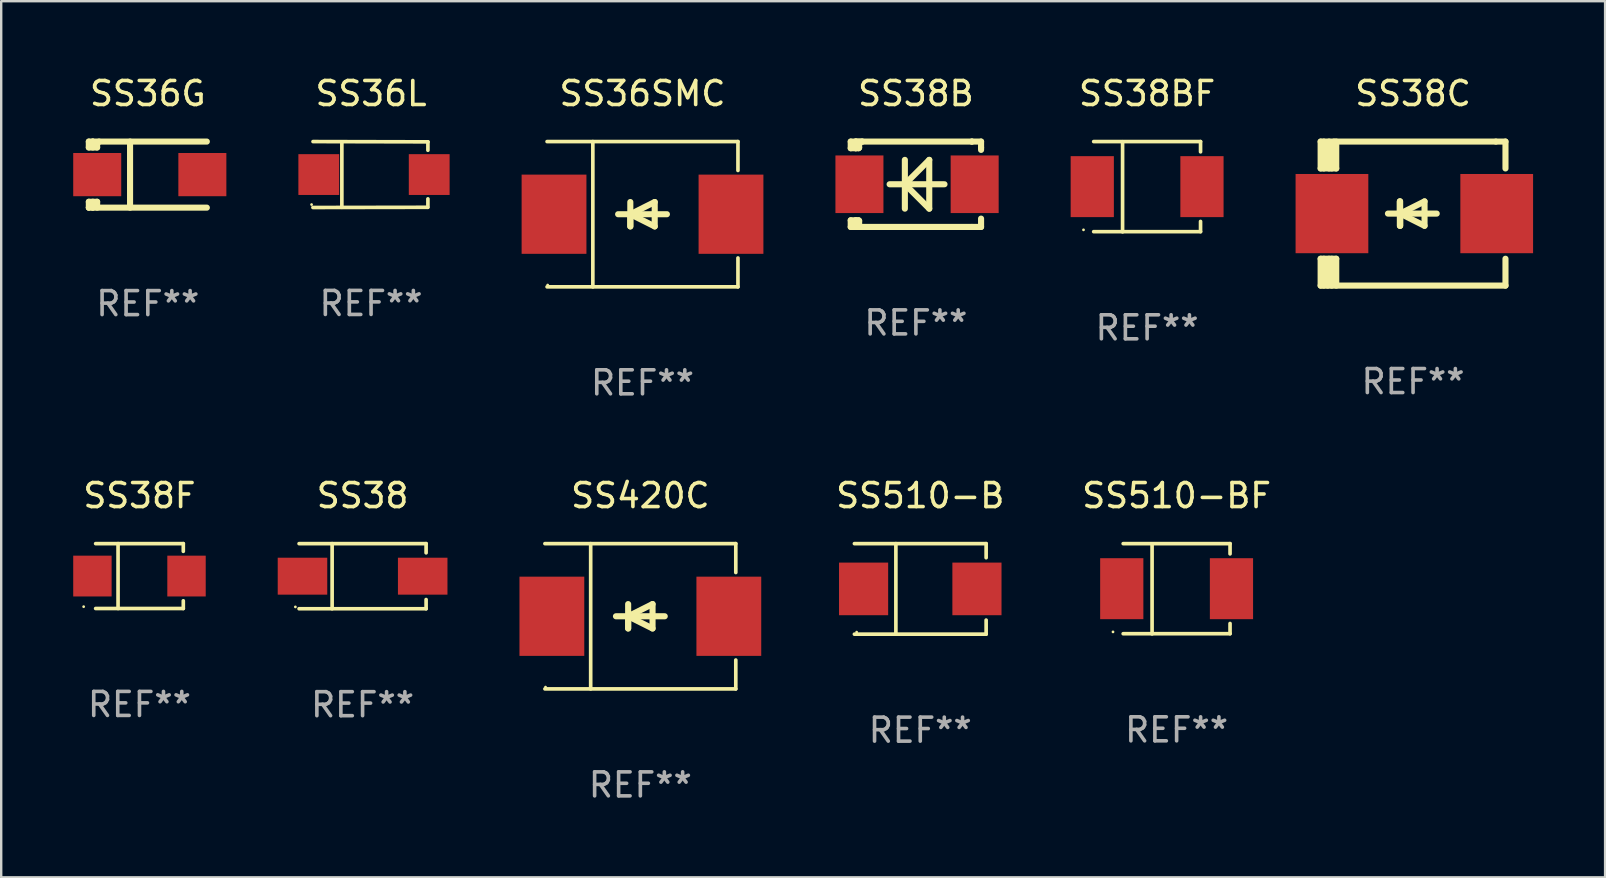
<source format=kicad_pcb>
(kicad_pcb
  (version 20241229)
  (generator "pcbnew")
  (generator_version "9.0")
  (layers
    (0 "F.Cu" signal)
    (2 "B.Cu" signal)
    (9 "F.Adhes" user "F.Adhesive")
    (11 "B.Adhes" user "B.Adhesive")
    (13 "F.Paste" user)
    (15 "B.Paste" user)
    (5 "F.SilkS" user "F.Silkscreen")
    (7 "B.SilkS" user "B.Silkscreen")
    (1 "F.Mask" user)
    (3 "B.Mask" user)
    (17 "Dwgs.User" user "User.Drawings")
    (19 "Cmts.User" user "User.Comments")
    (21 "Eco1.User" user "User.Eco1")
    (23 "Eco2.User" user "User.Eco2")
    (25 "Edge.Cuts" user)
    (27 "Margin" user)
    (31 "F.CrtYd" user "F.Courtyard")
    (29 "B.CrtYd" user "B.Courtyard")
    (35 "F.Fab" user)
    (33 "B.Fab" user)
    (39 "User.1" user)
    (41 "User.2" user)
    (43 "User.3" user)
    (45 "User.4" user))
  (footprint "SS510-BF"
    (layer "F.Cu")
    (at 45.966 21.477)
    (property "Reference" "SS510-BF" (at 0 -3.88 0) (layer "F.SilkS") (effects (font (size 1 1) (thickness 0.15))))
    (attr through_hole)
    (fp_line (start -2.226 -1.88) (end 2.226 -1.88) (stroke (width 0.152) (type solid)) (layer "F.SilkS"))
    (fp_line (start -2.226 1.873) (end 2.226 1.873) (stroke (width 0.152) (type solid)) (layer "F.SilkS"))
    (fp_line (start -1.022 -1.873) (end -1.022 1.88) (stroke (width 0.152) (type solid)) (layer "F.SilkS"))
    (fp_line (start 2.226 -1.88) (end 2.226 -1.453) (stroke (width 0.152) (type solid)) (layer "F.SilkS"))
    (fp_line (start 2.226 1.447) (end 2.226 1.873) (stroke (width 0.152) (type solid)) (layer "F.SilkS"))
    (fp_circle (center -2.65 1.797) (end -2.62 1.797) (stroke (width 0.06) (type solid)) (fill no) (layer "F.SilkS"))
    (fp_text user "REF**" (at 0 5.88 0) (layer "F.Fab") (effects (font (size 1 1) (thickness 0.15))))
    (pad "1" smd rect (at -2.285 -0.003) (size 1.8 2.54) (layers "F.Cu" "F.Mask" "F.Paste"))
    (pad "2" smd rect (at 2.285 -0.003) (size 1.8 2.54) (layers "F.Cu" "F.Mask" "F.Paste")))
  (footprint "SS38"
    (layer "F.Cu")
    (at 12.055 20.953)
    (property "Reference" "SS38" (at 0 -3.356 0) (layer "F.SilkS") (effects (font (size 1 1) (thickness 0.15))))
    (attr through_hole)
    (fp_line (start -2.646 -1.356) (end 2.646 -1.356) (stroke (width 0.152) (type solid)) (layer "F.SilkS"))
    (fp_line (start -2.646 1.356) (end 2.646 1.356) (stroke (width 0.152) (type solid)) (layer "F.SilkS"))
    (fp_line (start -1.269 -1.356) (end -1.269 1.356) (stroke (width 0.152) (type solid)) (layer "F.SilkS"))
    (fp_line (start 2.646 -1.356) (end 2.646 -0.973) (stroke (width 0.152) (type solid)) (layer "F.SilkS"))
    (fp_line (start 2.646 1.356) (end 2.646 0.973) (stroke (width 0.152) (type solid)) (layer "F.SilkS"))
    (fp_circle (center -2.8 1.28) (end -2.77 1.28) (stroke (width 0.06) (type solid)) (fill no) (layer "F.SilkS"))
    (fp_text user "REF**" (at 0 5.356 0) (layer "F.Fab") (effects (font (size 1 1) (thickness 0.15))))
    (pad "1" smd rect (at 2.504 0) (size 2.063 1.539) (layers "F.Cu" "F.Mask" "F.Paste"))
    (pad "2" smd rect (at -2.504 0) (size 2.063 1.539) (layers "F.Cu" "F.Mask" "F.Paste")))
  (footprint "SS36SMC"
    (layer "F.Cu")
    (at 23.716 5.874)
    (property "Reference" "SS36SMC" (at 0 -5.026 0) (layer "F.SilkS") (effects (font (size 1 1) (thickness 0.15))))
    (attr through_hole)
    (fp_line (start -3.976 -3.026) (end 3.976 -3.026) (stroke (width 0.152) (type solid)) (layer "F.SilkS"))
    (fp_line (start -3.976 3.026) (end 3.976 3.026) (stroke (width 0.152) (type solid)) (layer "F.SilkS"))
    (fp_line (start -2.069 -3.026) (end -2.069 3.026) (stroke (width 0.152) (type solid)) (layer "F.SilkS"))
    (fp_line (start -0.508 0) (end -0.508 0.508) (stroke (width 0.254) (type solid)) (layer "F.SilkS"))
    (fp_line (start -0.508 0) (end 0.508 0.508) (stroke (width 0.254) (type solid)) (layer "F.SilkS"))
    (fp_line (start -0.508 0.508) (end -0.508 -0.508) (stroke (width 0.254) (type solid)) (layer "F.SilkS"))
    (fp_line (start 0.508 -0.508) (end -0.508 0) (stroke (width 0.254) (type solid)) (layer "F.SilkS"))
    (fp_line (start 0.508 0.508) (end 0.508 -0.508) (stroke (width 0.254) (type solid)) (layer "F.SilkS"))
    (fp_line (start 1.016 0) (end -1.016 0) (stroke (width 0.254) (type solid)) (layer "F.SilkS"))
    (fp_line (start 3.976 -3.026) (end 3.976 -1.823) (stroke (width 0.152) (type solid)) (layer "F.SilkS"))
    (fp_line (start 3.976 3.026) (end 3.976 1.823) (stroke (width 0.152) (type solid)) (layer "F.SilkS"))
    (fp_circle (center -3.95 2.95) (end -3.92 2.95) (stroke (width 0.06) (type solid)) (fill no) (layer "F.SilkS"))
    (fp_text user "REF**" (at 0 7.026 0) (layer "F.Fab") (effects (font (size 1 1) (thickness 0.15))))
    (pad "1" smd rect (at -3.686 0) (size 2.7 3.3) (layers "F.Cu" "F.Mask" "F.Paste"))
    (pad "2" smd rect (at 3.686 0) (size 2.7 3.3) (layers "F.Cu" "F.Mask" "F.Paste")))
  (footprint "SS38B"
    (layer "F.Cu")
    (at 35.105 4.626)
    (property "Reference" "SS38B" (at 0 -3.778 0) (layer "F.SilkS") (effects (font (size 1 1) (thickness 0.15))))
    (attr through_hole)
    (fp_line (start -2.715 -1.778) (end -2.715 -1.501) (stroke (width 0.254) (type solid)) (layer "F.SilkS"))
    (fp_line (start -2.715 -1.501) (end -2.505 -1.501) (stroke (width 0.254) (type solid)) (layer "F.SilkS"))
    (fp_line (start -2.715 1.501) (end -2.715 1.778) (stroke (width 0.254) (type solid)) (layer "F.SilkS"))
    (fp_line (start -2.715 1.501) (end -2.505 1.501) (stroke (width 0.254) (type solid)) (layer "F.SilkS"))
    (fp_line (start -2.715 1.778) (end -2.504 1.778) (stroke (width 0.254) (type solid)) (layer "F.SilkS"))
    (fp_line (start -2.505 -1.778) (end -2.715 -1.778) (stroke (width 0.254) (type solid)) (layer "F.SilkS"))
    (fp_line (start -2.505 -1.778) (end -2.238 -1.778) (stroke (width 0.254) (type solid)) (layer "F.SilkS"))
    (fp_line (start -2.505 -1.501) (end -2.505 -1.651) (stroke (width 0.254) (type solid)) (layer "F.SilkS"))
    (fp_line (start -2.505 -1.501) (end -2.388 -1.501) (stroke (width 0.254) (type solid)) (layer "F.SilkS"))
    (fp_line (start -2.505 1.501) (end -2.505 1.778) (stroke (width 0.254) (type solid)) (layer "F.SilkS"))
    (fp_line (start -2.505 1.501) (end -2.388 1.501) (stroke (width 0.254) (type solid)) (layer "F.SilkS"))
    (fp_line (start -2.388 1.501) (end -2.365 1.524) (stroke (width 0.254) (type solid)) (layer "F.SilkS"))
    (fp_line (start -2.388 -1.501) (end -2.365 -1.524) (stroke (width 0.254) (type solid)) (layer "F.SilkS"))
    (fp_line (start -2.365 -1.651) (end -2.505 -1.778) (stroke (width 0.254) (type solid)) (layer "F.SilkS"))
    (fp_line (start -2.365 -1.524) (end -2.365 -1.651) (stroke (width 0.254) (type solid)) (layer "F.SilkS"))
    (fp_line (start -2.365 1.524) (end -2.365 1.778) (stroke (width 0.254) (type solid)) (layer "F.SilkS"))
    (fp_line (start -2.239 -1.778) (end 2.333 -1.778) (stroke (width 0.254) (type solid)) (layer "F.SilkS"))
    (fp_line (start -2.238 -1.778) (end -2.505 -1.778) (stroke (width 0.254) (type solid)) (layer "F.SilkS"))
    (fp_line (start -1.095 0) (end 1.191 0) (stroke (width 0.254) (type solid)) (layer "F.SilkS"))
    (fp_line (start -0.46 -1.016) (end -0.46 1.016) (stroke (width 0.254) (type solid)) (layer "F.SilkS"))
    (fp_line (start -0.46 -0.000127) (end 0.556 1.016) (stroke (width 0.254) (type solid)) (layer "F.SilkS"))
    (fp_line (start 0.556 -1.016) (end 0.556 1.016) (stroke (width 0.254) (type solid)) (layer "F.SilkS"))
    (fp_line (start 0.556 -1.016) (end -0.46 -0.000127) (stroke (width 0.254) (type solid)) (layer "F.SilkS"))
    (fp_line (start 2.333 -1.778) (end 2.333 -1.778) (stroke (width 0.254) (type solid)) (layer "F.SilkS"))
    (fp_line (start 2.333 -1.778) (end 2.715 -1.778) (stroke (width 0.254) (type solid)) (layer "F.SilkS"))
    (fp_line (start 2.334 1.778) (end -2.504 1.778) (stroke (width 0.254) (type solid)) (layer "F.SilkS"))
    (fp_line (start 2.715 -1.778) (end 2.715 -1.524) (stroke (width 0.254) (type solid)) (layer "F.SilkS"))
    (fp_line (start 2.715 -1.524) (end 2.715 -1.431) (stroke (width 0.254) (type solid)) (layer "F.SilkS"))
    (fp_line (start 2.715 1.431) (end 2.715 1.778) (stroke (width 0.254) (type solid)) (layer "F.SilkS"))
    (fp_line (start 2.715 1.778) (end 2.334 1.778) (stroke (width 0.254) (type solid)) (layer "F.SilkS"))
    (fp_circle (center -2.602 1.8) (end -2.572 1.8) (stroke (width 0.06) (type solid)) (fill no) (layer "F.SilkS"))
    (fp_text user "REF**" (at 0 5.778 0) (layer "F.Fab") (effects (font (size 1 1) (thickness 0.15))))
    (pad "1" smd rect (at -2.352 -0.000076) (size 2 2.4) (layers "F.Cu" "F.Mask" "F.Paste"))
    (pad "2" smd rect (at 2.448 -0.000076) (size 2 2.4) (layers "F.Cu" "F.Mask" "F.Paste")))
  (footprint "SS36G"
    (layer "F.Cu")
    (at 3.108 4.224)
    (property "Reference" "SS36G" (at 0 -3.376 0) (layer "F.SilkS") (effects (font (size 1 1) (thickness 0.15))))
    (attr through_hole)
    (fp_line (start -2.458 -1.376) (end -2.458 -1.131) (stroke (width 0.254) (type solid)) (layer "F.SilkS"))
    (fp_line (start -2.457 1.132) (end -2.457 1.376) (stroke (width 0.254) (type solid)) (layer "F.SilkS"))
    (fp_line (start -2.457 1.132) (end -2.112 1.132) (stroke (width 0.254) (type solid)) (layer "F.SilkS"))
    (fp_line (start -2.457 1.376) (end -2.457 1.376) (stroke (width 0.254) (type solid)) (layer "F.SilkS"))
    (fp_line (start -2.457 1.376) (end -2.295 1.376) (stroke (width 0.254) (type solid)) (layer "F.SilkS"))
    (fp_line (start -2.294 -1.376) (end -2.458 -1.376) (stroke (width 0.254) (type solid)) (layer "F.SilkS"))
    (fp_line (start -2.294 -1.376) (end -2.294 -1.131) (stroke (width 0.254) (type solid)) (layer "F.SilkS"))
    (fp_line (start -2.294 1.131) (end -2.294 1.376) (stroke (width 0.254) (type solid)) (layer "F.SilkS"))
    (fp_line (start -2.112 -1.296) (end -2.032 -1.376) (stroke (width 0.254) (type solid)) (layer "F.SilkS"))
    (fp_line (start -2.112 -1.131) (end -2.458 -1.131) (stroke (width 0.254) (type solid)) (layer "F.SilkS"))
    (fp_line (start -2.112 -1.131) (end -2.112 -1.296) (stroke (width 0.254) (type solid)) (layer "F.SilkS"))
    (fp_line (start -2.112 1.376) (end -2.112 1.131) (stroke (width 0.254) (type solid)) (layer "F.SilkS"))
    (fp_line (start -0.74 1.376) (end -0.74 -1.376) (stroke (width 0.254) (type solid)) (layer "F.SilkS"))
    (fp_line (start 2.458 -1.376) (end -2.294 -1.376) (stroke (width 0.254) (type solid)) (layer "F.SilkS"))
    (fp_line (start 2.458 1.376) (end -2.294 1.376) (stroke (width 0.254) (type solid)) (layer "F.SilkS"))
    (fp_circle (center -2.468 1.3) (end -2.438 1.3) (stroke (width 0.06) (type solid)) (fill no) (layer "F.SilkS"))
    (fp_text user "REF**" (at 0 5.376 0) (layer "F.Fab") (effects (font (size 1 1) (thickness 0.15))))
    (pad "1" smd rect (at -2.108 -0.000025 180) (size 2 1.8) (layers "F.Cu" "F.Mask" "F.Paste"))
    (pad "2" smd rect (at 2.272 -0.000025 180) (size 2 1.8) (layers "F.Cu" "F.Mask" "F.Paste")))
  (footprint "SS38BF"
    (layer "F.Cu")
    (at 44.737 4.728)
    (property "Reference" "SS38BF" (at 0 -3.88 0) (layer "F.SilkS") (effects (font (size 1 1) (thickness 0.15))))
    (attr through_hole)
    (fp_line (start -2.226 -1.88) (end 2.226 -1.88) (stroke (width 0.152) (type solid)) (layer "F.SilkS"))
    (fp_line (start -2.226 1.873) (end 2.226 1.873) (stroke (width 0.152) (type solid)) (layer "F.SilkS"))
    (fp_line (start -1.022 -1.873) (end -1.022 1.88) (stroke (width 0.152) (type solid)) (layer "F.SilkS"))
    (fp_line (start 2.226 -1.88) (end 2.226 -1.453) (stroke (width 0.152) (type solid)) (layer "F.SilkS"))
    (fp_line (start 2.226 1.447) (end 2.226 1.873) (stroke (width 0.152) (type solid)) (layer "F.SilkS"))
    (fp_circle (center -2.65 1.797) (end -2.62 1.797) (stroke (width 0.06) (type solid)) (fill no) (layer "F.SilkS"))
    (fp_text user "REF**" (at 0 5.88 0) (layer "F.Fab") (effects (font (size 1 1) (thickness 0.15))))
    (pad "1" smd rect (at -2.285 -0.003) (size 1.8 2.54) (layers "F.Cu" "F.Mask" "F.Paste"))
    (pad "2" smd rect (at 2.285 -0.003) (size 1.8 2.54) (layers "F.Cu" "F.Mask" "F.Paste")))
  (footprint "SS38F"
    (layer "F.Cu")
    (at 2.76 20.948)
    (property "Reference" "SS38F" (at 0 -3.351 0) (layer "F.SilkS") (effects (font (size 1 1) (thickness 0.15))))
    (attr through_hole)
    (fp_line (start -1.826 -1.351) (end 1.826 -1.351) (stroke (width 0.152) (type solid)) (layer "F.SilkS"))
    (fp_line (start -1.826 1.351) (end 1.826 1.351) (stroke (width 0.152) (type solid)) (layer "F.SilkS"))
    (fp_line (start -0.892 -1.351) (end -0.892 1.351) (stroke (width 0.152) (type solid)) (layer "F.SilkS"))
    (fp_line (start 1.826 -1.351) (end 1.826 -1.03) (stroke (width 0.152) (type solid)) (layer "F.SilkS"))
    (fp_line (start 1.826 1.03) (end 1.826 1.351) (stroke (width 0.152) (type solid)) (layer "F.SilkS"))
    (fp_circle (center -2.325 1.275) (end -2.295 1.275) (stroke (width 0.06) (type solid)) (fill no) (layer "F.SilkS"))
    (fp_text user "REF**" (at 0 5.351 0) (layer "F.Fab") (effects (font (size 1 1) (thickness 0.15))))
    (pad "1" smd rect (at -1.96 0 180) (size 1.6 1.7) (layers "F.Cu" "F.Mask" "F.Paste"))
    (pad "2" smd rect (at 1.96 0 180) (size 1.6 1.7) (layers "F.Cu" "F.Mask" "F.Paste")))
  (footprint "SS420C"
    (layer "F.Cu")
    (at 23.626 22.623)
    (property "Reference" "SS420C" (at 0 -5.026 0) (layer "F.SilkS") (effects (font (size 1 1) (thickness 0.15))))
    (attr through_hole)
    (fp_line (start -3.976 -3.026) (end 3.976 -3.026) (stroke (width 0.152) (type solid)) (layer "F.SilkS"))
    (fp_line (start -3.976 3.026) (end 3.976 3.026) (stroke (width 0.152) (type solid)) (layer "F.SilkS"))
    (fp_line (start -2.069 -3.026) (end -2.069 3.026) (stroke (width 0.152) (type solid)) (layer "F.SilkS"))
    (fp_line (start -0.508 0) (end -0.508 0.508) (stroke (width 0.254) (type solid)) (layer "F.SilkS"))
    (fp_line (start -0.508 0) (end 0.508 0.508) (stroke (width 0.254) (type solid)) (layer "F.SilkS"))
    (fp_line (start -0.508 0.508) (end -0.508 -0.508) (stroke (width 0.254) (type solid)) (layer "F.SilkS"))
    (fp_line (start 0.508 -0.508) (end -0.508 0) (stroke (width 0.254) (type solid)) (layer "F.SilkS"))
    (fp_line (start 0.508 0.508) (end 0.508 -0.508) (stroke (width 0.254) (type solid)) (layer "F.SilkS"))
    (fp_line (start 1.016 0) (end -1.016 0) (stroke (width 0.254) (type solid)) (layer "F.SilkS"))
    (fp_line (start 3.976 -3.026) (end 3.976 -1.823) (stroke (width 0.152) (type solid)) (layer "F.SilkS"))
    (fp_line (start 3.976 3.026) (end 3.976 1.823) (stroke (width 0.152) (type solid)) (layer "F.SilkS"))
    (fp_circle (center -3.95 2.95) (end -3.92 2.95) (stroke (width 0.06) (type solid)) (fill no) (layer "F.SilkS"))
    (fp_text user "REF**" (at 0 7.026 0) (layer "F.Fab") (effects (font (size 1 1) (thickness 0.15))))
    (pad "1" smd rect (at -3.686 0) (size 2.7 3.3) (layers "F.Cu" "F.Mask" "F.Paste"))
    (pad "2" smd rect (at 3.686 0) (size 2.7 3.3) (layers "F.Cu" "F.Mask" "F.Paste")))
  (footprint "SS510-B"
    (layer "F.Cu")
    (at 35.287 21.483)
    (property "Reference" "SS510-B" (at 0 -3.886 0) (layer "F.SilkS") (effects (font (size 1 1) (thickness 0.15))))
    (attr through_hole)
    (fp_line (start -2.744 -1.886) (end 2.744 -1.886) (stroke (width 0.152) (type solid)) (layer "F.SilkS"))
    (fp_line (start -2.744 1.886) (end 2.744 1.886) (stroke (width 0.152) (type solid)) (layer "F.SilkS"))
    (fp_line (start -1.016 -1.886) (end -1.016 1.886) (stroke (width 0.152) (type solid)) (layer "F.SilkS"))
    (fp_line (start 2.744 -1.886) (end 2.744 -1.299) (stroke (width 0.152) (type solid)) (layer "F.SilkS"))
    (fp_line (start 2.744 1.886) (end 2.744 1.299) (stroke (width 0.152) (type solid)) (layer "F.SilkS"))
    (fp_circle (center -2.65 1.8) (end -2.62 1.8) (stroke (width 0.06) (type solid)) (fill no) (layer "F.SilkS"))
    (fp_text user "REF**" (at 0 5.886 0) (layer "F.Fab") (effects (font (size 1 1) (thickness 0.15))))
    (pad "1" smd rect (at -2.361 0) (size 2.047 2.192) (layers "F.Cu" "F.Mask" "F.Paste"))
    (pad "2" smd rect (at 2.361 0) (size 2.047 2.192) (layers "F.Cu" "F.Mask" "F.Paste")))
  (footprint "SS38C"
    (layer "F.Cu")
    (at 55.816 5.848)
    (property "Reference" "SS38C" (at 0 -5 0) (layer "F.SilkS") (effects (font (size 1 1) (thickness 0.15))))
    (attr through_hole)
    (fp_line (start -3.85 -1.881) (end -3.85 -3) (stroke (width 0.254) (type solid)) (layer "F.SilkS"))
    (fp_line (start -3.85 1.881) (end -3.2 1.881) (stroke (width 0.254) (type solid)) (layer "F.SilkS"))
    (fp_line (start -3.85 3) (end -3.85 1.881) (stroke (width 0.254) (type solid)) (layer "F.SilkS"))
    (fp_line (start -3.719 -1.881) (end -3.719 -3) (stroke (width 0.254) (type solid)) (layer "F.SilkS"))
    (fp_line (start -3.719 3) (end -3.719 1.881) (stroke (width 0.254) (type solid)) (layer "F.SilkS"))
    (fp_line (start -3.5 -3) (end -3.5 -1.881) (stroke (width 0.254) (type solid)) (layer "F.SilkS"))
    (fp_line (start -3.5 1.881) (end -3.5 2.944) (stroke (width 0.254) (type solid)) (layer "F.SilkS"))
    (fp_line (start -3.5 2.944) (end -3.556 3) (stroke (width 0.254) (type solid)) (layer "F.SilkS"))
    (fp_line (start -3.388 -2.906) (end -3.295 -3) (stroke (width 0.254) (type solid)) (layer "F.SilkS"))
    (fp_line (start -3.388 -1.881) (end -3.388 -2.906) (stroke (width 0.254) (type solid)) (layer "F.SilkS"))
    (fp_line (start -3.388 3) (end -3.388 1.881) (stroke (width 0.254) (type solid)) (layer "F.SilkS"))
    (fp_line (start -3.2 -3) (end -3.2 -1.881) (stroke (width 0.254) (type solid)) (layer "F.SilkS"))
    (fp_line (start -3.2 -1.881) (end -3.85 -1.881) (stroke (width 0.254) (type solid)) (layer "F.SilkS"))
    (fp_line (start -3.2 1.881) (end -3.2 3) (stroke (width 0.254) (type solid)) (layer "F.SilkS"))
    (fp_line (start -0.55 -0.508) (end -0.55 0.508) (stroke (width 0.254) (type solid)) (layer "F.SilkS"))
    (fp_line (start -0.55 0) (end -0.55 -0.508) (stroke (width 0.254) (type solid)) (layer "F.SilkS"))
    (fp_line (start -0.538 0) (end -0.538 0.508) (stroke (width 0.254) (type solid)) (layer "F.SilkS"))
    (fp_line (start -0.538 0) (end 0.478 0.508) (stroke (width 0.254) (type solid)) (layer "F.SilkS"))
    (fp_line (start -0.538 0.508) (end -0.538 -0.508) (stroke (width 0.254) (type solid)) (layer "F.SilkS"))
    (fp_line (start 0.478 -0.508) (end -0.538 0) (stroke (width 0.254) (type solid)) (layer "F.SilkS"))
    (fp_line (start 0.478 0.508) (end 0.478 -0.508) (stroke (width 0.254) (type solid)) (layer "F.SilkS"))
    (fp_line (start 0.986 0) (end -1.046 0) (stroke (width 0.254) (type solid)) (layer "F.SilkS"))
    (fp_line (start 3.45 -3) (end -3.85 -3) (stroke (width 0.254) (type solid)) (layer "F.SilkS"))
    (fp_line (start 3.45 -3) (end 3.85 -3) (stroke (width 0.254) (type solid)) (layer "F.SilkS"))
    (fp_line (start 3.85 -3) (end 3.85 -1.881) (stroke (width 0.254) (type solid)) (layer "F.SilkS"))
    (fp_line (start 3.85 1.881) (end 3.85 3) (stroke (width 0.254) (type solid)) (layer "F.SilkS"))
    (fp_line (start 3.85 3) (end -3.85 3) (stroke (width 0.254) (type solid)) (layer "F.SilkS"))
    (fp_circle (center -3.847 2.95) (end -3.817 2.95) (stroke (width 0.06) (type solid)) (fill no) (layer "F.SilkS"))
    (fp_text user "REF**" (at 0 7 0) (layer "F.Fab") (effects (font (size 1 1) (thickness 0.15))))
    (pad "1" smd rect (at -3.379 0) (size 3.03 3.3) (layers "F.Cu" "F.Mask" "F.Paste"))
    (pad "2" smd rect (at 3.485 0) (size 3.03 3.3) (layers "F.Cu" "F.Mask" "F.Paste")))
  (footprint "SS36L"
    (layer "F.Cu")
    (at 12.408 4.221)
    (property "Reference" "SS36L" (at 0 -3.373 0) (layer "F.SilkS") (effects (font (size 1 1) (thickness 0.15))))
    (attr through_hole)
    (fp_line (start -2.422 1.373) (end 2.357 1.365) (stroke (width 0.152) (type solid)) (layer "F.SilkS"))
    (fp_line (start -2.418 -1.373) (end 2.371 -1.362) (stroke (width 0.152) (type solid)) (layer "F.SilkS"))
    (fp_line (start -1.217 -1.362) (end -1.217 1.365) (stroke (width 0.152) (type solid)) (layer "F.SilkS"))
    (fp_line (start 2.368 -1.362) (end 2.368 -1.012) (stroke (width 0.152) (type solid)) (layer "F.SilkS"))
    (fp_line (start 2.368 1.365) (end 2.368 1.014) (stroke (width 0.152) (type solid)) (layer "F.SilkS"))
    (fp_circle (center -2.478 1.251) (end -2.448 1.251) (stroke (width 0.06) (type solid)) (fill no) (layer "F.SilkS"))
    (fp_text user "REF**" (at 0 5.373 0) (layer "F.Fab") (effects (font (size 1 1) (thickness 0.15))))
    (pad "1" smd rect (at -2.178 0.001) (size 1.7 1.7) (layers "F.Cu" "F.Mask" "F.Paste"))
    (pad "2" smd rect (at 2.422 0.001) (size 1.7 1.7) (layers "F.Cu" "F.Mask" "F.Paste")))
  (gr_rect
    (start -3 -3)
    (end 63.816 33.498)
    (stroke (width 0.1) (type default))
    (fill no)
    (layer "Edge.Cuts")))
</source>
